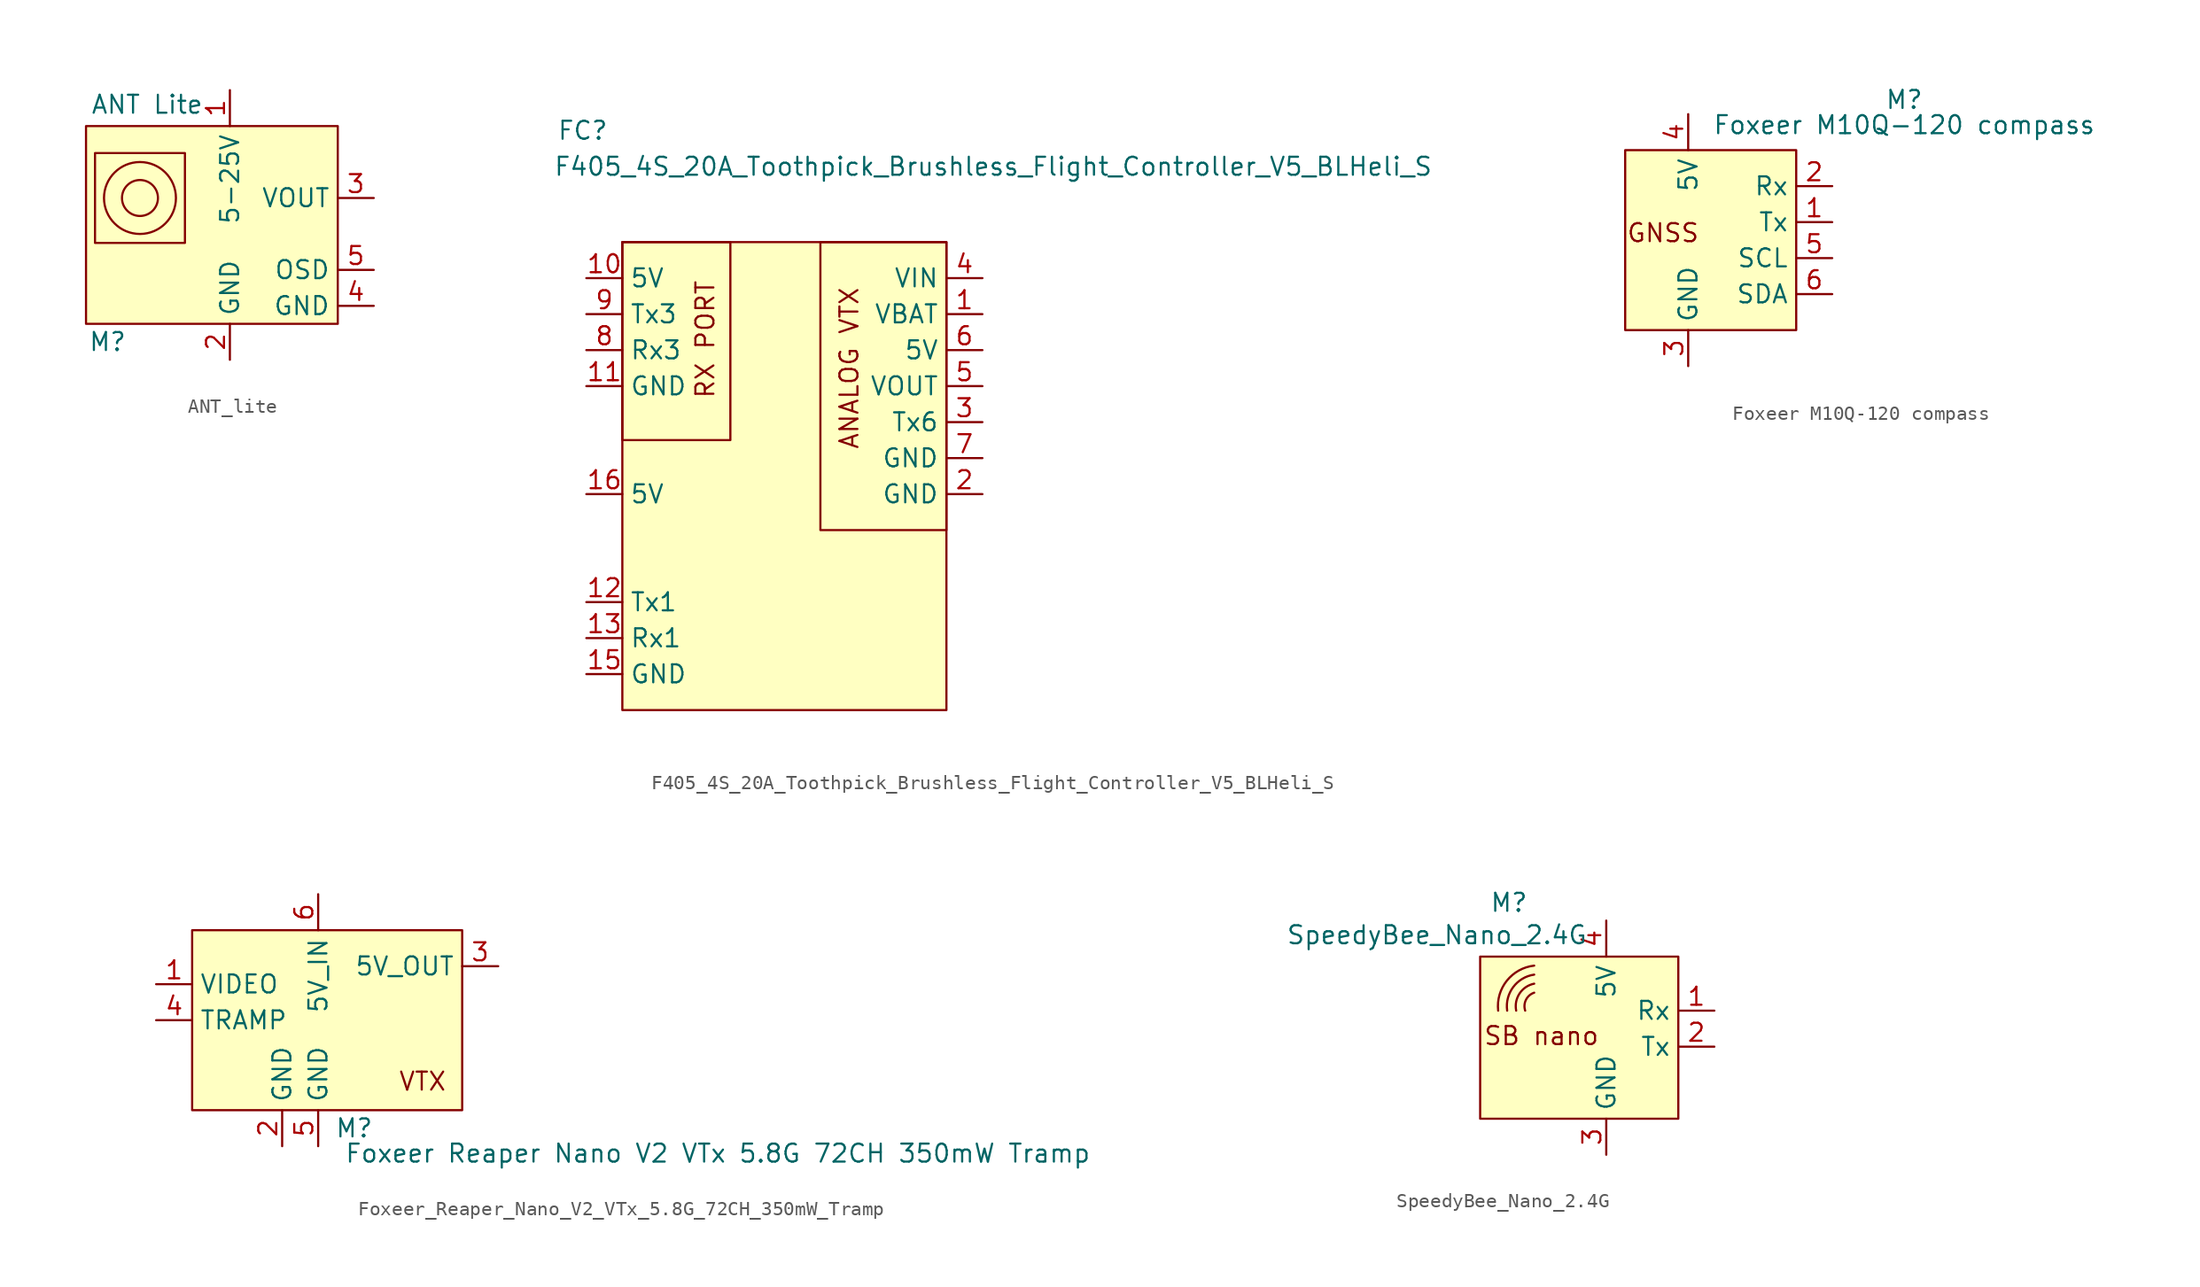
<source format=kicad_sym>
(kicad_symbol_lib
  (version 20241209)
  (generator "kicad_symbol_editor")
  (generator_version "9.0")
  (symbol "ANT_lite"
    (property "Reference" "M"
      (at -2.286 -16.51 0)
      (effects (font (size 1.27 1.27))))
    (property "Value" "ANT Lite"
      (at 0.508 0.254 0)
      (effects (font (size 1.27 1.27))))
    (symbol "ANT_lite_1_1"
      (rectangle (start -3.81 -1.27) (end 13.97 -15.24) (stroke (width 0) (type solid)) (fill (type background)))
      (rectangle (start -3.175 -3.175) (end 3.175 -9.525) (stroke (width 0) (type default)) (fill (type none)))
      (circle (center 0 -6.35) (radius 1.27) (stroke (width 0) (type default)) (fill (type none)))
      (circle (center 0 -6.35) (radius 2.54) (stroke (width 0) (type default)) (fill (type none)))
      (pin input line (at 6.35 1.27 270) (length 2.54) (name "5-25V" (effects (font (size 1.27 1.27)))) (number "1" (effects (font (size 1.27 1.27)))))
      (pin input line (at 6.35 -17.78 90) (length 2.54) (name "GND" (effects (font (size 1.27 1.27)))) (number "2" (effects (font (size 1.27 1.27)))))
      (pin input line (at 16.51 -6.35 180) (length 2.54) (name "VOUT" (effects (font (size 1.27 1.27)))) (number "3" (effects (font (size 1.27 1.27)))))
      (pin input line (at 16.51 -11.43 180) (length 2.54) (name "OSD" (effects (font (size 1.27 1.27)))) (number "5" (effects (font (size 1.27 1.27)))))
      (pin input line (at 16.51 -13.97 180) (length 2.54) (name "GND" (effects (font (size 1.27 1.27)))) (number "4" (effects (font (size 1.27 1.27)))))))
  (symbol "F405_4S_20A_Toothpick_Brushless_Flight_Controller_V5_BLHeli_S"
    (property "Reference" "FC"
      (at -11.684 15.494 0)
      (effects (font (size 1.27 1.27))))
    (property "Value" "F405_4S_20A_Toothpick_Brushless_Flight_Controller_V5_BLHeli_S"
      (at 17.272 12.954 0)
      (effects (font (size 1.27 1.27))))
    (symbol "F405_4S_20A_Toothpick_Brushless_Flight_Controller_V5_BLHeli_S_0_1"
      (rectangle (start -8.89 7.62) (end -8.89 7.62) (stroke (width 0) (type default)) (fill (type none)))
      (rectangle (start -8.89 7.62) (end -1.27 -6.35) (stroke (width 0) (type default)) (fill (type none)))
      (rectangle (start 5.08 7.62) (end 13.97 -12.7) (stroke (width 0) (type default)) (fill (type none))))
    (symbol "F405_4S_20A_Toothpick_Brushless_Flight_Controller_V5_BLHeli_S_1_1"
      (rectangle (start -8.89 7.62) (end 13.97 -25.4) (stroke (width 0) (type solid)) (fill (type background)))
      (text "RX PORT" (at -3.048 0.762 900) (effects (font (size 1.27 1.27))))
      (text "ANALOG VTX" (at 7.112 -1.27 900) (effects (font (size 1.27 1.27))))
      (pin input line (at -11.43 5.08 0) (length 2.54) (name "5V" (effects (font (size 1.27 1.27)))) (number "10" (effects (font (size 1.27 1.27)))))
      (pin input line (at -11.43 2.54 0) (length 2.54) (name "Tx3" (effects (font (size 1.27 1.27)))) (number "9" (effects (font (size 1.27 1.27)))))
      (pin input line (at -11.43 0 0) (length 2.54) (name "Rx3" (effects (font (size 1.27 1.27)))) (number "8" (effects (font (size 1.27 1.27)))))
      (pin input line (at -11.43 -2.54 0) (length 2.54) (name "GND" (effects (font (size 1.27 1.27)))) (number "11" (effects (font (size 1.27 1.27)))))
      (pin input line (at -11.43 -10.16 0) (length 2.54) (name "5V" (effects (font (size 1.27 1.27)))) (number "16" (effects (font (size 1.27 1.27)))))
      (pin input line (at -11.43 -17.78 0) (length 2.54) (name "Tx1" (effects (font (size 1.27 1.27)))) (number "12" (effects (font (size 1.27 1.27)))))
      (pin input line (at -11.43 -20.32 0) (length 2.54) (name "Rx1" (effects (font (size 1.27 1.27)))) (number "13" (effects (font (size 1.27 1.27)))))
      (pin input line (at -11.43 -22.86 0) (length 2.54) (name "GND" (effects (font (size 1.27 1.27)))) (number "15" (effects (font (size 1.27 1.27)))))
      (pin input line (at 16.51 5.08 180) (length 2.54) (name "VIN" (effects (font (size 1.27 1.27)))) (number "4" (effects (font (size 1.27 1.27)))))
      (pin input line (at 16.51 2.54 180) (length 2.54) (name "VBAT" (effects (font (size 1.27 1.27)))) (number "1" (effects (font (size 1.27 1.27)))))
      (pin input line (at 16.51 0 180) (length 2.54) (name "5V" (effects (font (size 1.27 1.27)))) (number "6" (effects (font (size 1.27 1.27)))))
      (pin input line (at 16.51 -2.54 180) (length 2.54) (name "VOUT" (effects (font (size 1.27 1.27)))) (number "5" (effects (font (size 1.27 1.27)))))
      (pin input line (at 16.51 -5.08 180) (length 2.54) (name "Tx6" (effects (font (size 1.27 1.27)))) (number "3" (effects (font (size 1.27 1.27)))))
      (pin input line (at 16.51 -7.62 180) (length 2.54) (name "GND" (effects (font (size 1.27 1.27)))) (number "7" (effects (font (size 1.27 1.27)))))
      (pin input line (at 16.51 -10.16 180) (length 2.54) (name "GND" (effects (font (size 1.27 1.27)))) (number "2" (effects (font (size 1.27 1.27)))))))
  (symbol "Foxeer M10Q-120 compass"
    (property "Reference" "M"
      (at 21.59 1.016 0)
      (effects (font (size 1.27 1.27))))
    (property "Value" "Foxeer M10Q-120 compass"
      (at 21.59 -0.762 0)
      (effects (font (size 1.27 1.27))))
    (symbol "Foxeer M10Q-120 compass_1_1"
      (rectangle (start 1.905 -2.54) (end 13.97 -15.24) (stroke (width 0) (type solid)) (fill (type background)))
      (text "GNSS" (at 4.572 -8.382 0) (effects (font (size 1.27 1.27))))
      (pin input line (at 6.35 0 270) (length 2.54) (name "5V" (effects (font (size 1.27 1.27)))) (number "4" (effects (font (size 1.27 1.27)))))
      (pin input line (at 6.35 -17.78 90) (length 2.54) (name "GND" (effects (font (size 1.27 1.27)))) (number "3" (effects (font (size 1.27 1.27)))))
      (pin input line (at 16.51 -5.08 180) (length 2.54) (name "Rx" (effects (font (size 1.27 1.27)))) (number "2" (effects (font (size 1.27 1.27)))))
      (pin input line (at 16.51 -7.62 180) (length 2.54) (name "Tx" (effects (font (size 1.27 1.27)))) (number "1" (effects (font (size 1.27 1.27)))))
      (pin input line (at 16.51 -10.16 180) (length 2.54) (name "SCL" (effects (font (size 1.27 1.27)))) (number "5" (effects (font (size 1.27 1.27)))))
      (pin input line (at 16.51 -12.7 180) (length 2.54) (name "SDA" (effects (font (size 1.27 1.27)))) (number "6" (effects (font (size 1.27 1.27)))))))
  (symbol "Foxeer_Reaper_Nano_V2_VTx_5.8G_72CH_350mW_Tramp"
    (property "Reference" "M"
      (at 3.81 -19.05 0)
      (effects (font (size 1.27 1.27))))
    (property "Value" "Foxeer Reaper Nano V2 VTx 5.8G 72CH 350mW Tramp"
      (at 29.464 -20.828 0)
      (effects (font (size 1.27 1.27))))
    (symbol "Foxeer_Reaper_Nano_V2_VTx_5.8G_72CH_350mW_Tramp_1_1"
      (rectangle (start -7.62 -5.08) (end 11.43 -17.78) (stroke (width 0) (type solid)) (fill (type background)))
      (text "VTX" (at 8.636 -15.748 0) (effects (font (size 1.27 1.27))))
      (pin input line (at -10.16 -8.89 0) (length 2.54) (name "VIDEO" (effects (font (size 1.27 1.27)))) (number "1" (effects (font (size 1.27 1.27)))))
      (pin input line (at -10.16 -11.43 0) (length 2.54) (name "TRAMP" (effects (font (size 1.27 1.27)))) (number "4" (effects (font (size 1.27 1.27)))))
      (pin input line (at -1.27 -20.32 90) (length 2.54) (name "GND" (effects (font (size 1.27 1.27)))) (number "2" (effects (font (size 1.27 1.27)))))
      (pin input line (at 1.27 -2.54 270) (length 2.54) (name "5V_IN" (effects (font (size 1.27 1.27)))) (number "6" (effects (font (size 1.27 1.27)))))
      (pin input line (at 1.27 -20.32 90) (length 2.54) (name "GND" (effects (font (size 1.27 1.27)))) (number "5" (effects (font (size 1.27 1.27)))))
      (pin input line (at 13.97 -7.62 180) (length 2.54) (name "5V_OUT" (effects (font (size 1.27 1.27)))) (number "3" (effects (font (size 1.27 1.27)))))))
  (symbol "SpeedyBee_Nano_2.4G"
    (property "Reference" "M"
      (at 2.032 3.81 0)
      (effects (font (size 1.27 1.27))))
    (property "Value" "SpeedyBee_Nano_2.4G"
      (at -3.048 1.524 0)
      (effects (font (size 1.27 1.27))))
    (symbol "SpeedyBee_Nano_2.4G_0_1"
      (arc (start 1.27 -3.81) (mid 1.8824 -1.6964) (end 3.81 -0.635) (stroke (width 0) (type default)) (fill (type none)))
      (arc (start 1.905 -3.81) (mid 2.3314 -2.1455) (end 3.81 -1.27) (stroke (width 0) (type default)) (fill (type none)))
      (arc (start 3.175 -3.81) (mid 3.2295 -3.0435) (end 3.81 -2.54) (stroke (width 0) (type default)) (fill (type none)))
      (arc (start 2.54 -3.81) (mid 2.7805 -2.5945) (end 3.81 -1.905) (stroke (width 0) (type default)) (fill (type none))))
    (symbol "SpeedyBee_Nano_2.4G_1_1"
      (rectangle (start 0 0) (end 13.97 -11.43) (stroke (width 0) (type solid)) (fill (type background)))
      (text "SB nano" (at 4.318 -5.588 0) (effects (font (size 1.27 1.27))))
      (pin input line (at 8.89 2.54 270) (length 2.54) (name "5V" (effects (font (size 1.27 1.27)))) (number "4" (effects (font (size 1.27 1.27)))))
      (pin input line (at 8.89 -13.97 90) (length 2.54) (name "GND" (effects (font (size 1.27 1.27)))) (number "3" (effects (font (size 1.27 1.27)))))
      (pin input line (at 16.51 -3.81 180) (length 2.54) (name "Rx" (effects (font (size 1.27 1.27)))) (number "1" (effects (font (size 1.27 1.27)))))
      (pin input line (at 16.51 -6.35 180) (length 2.54) (name "Tx" (effects (font (size 1.27 1.27)))) (number "2" (effects (font (size 1.27 1.27))))))))
</source>
